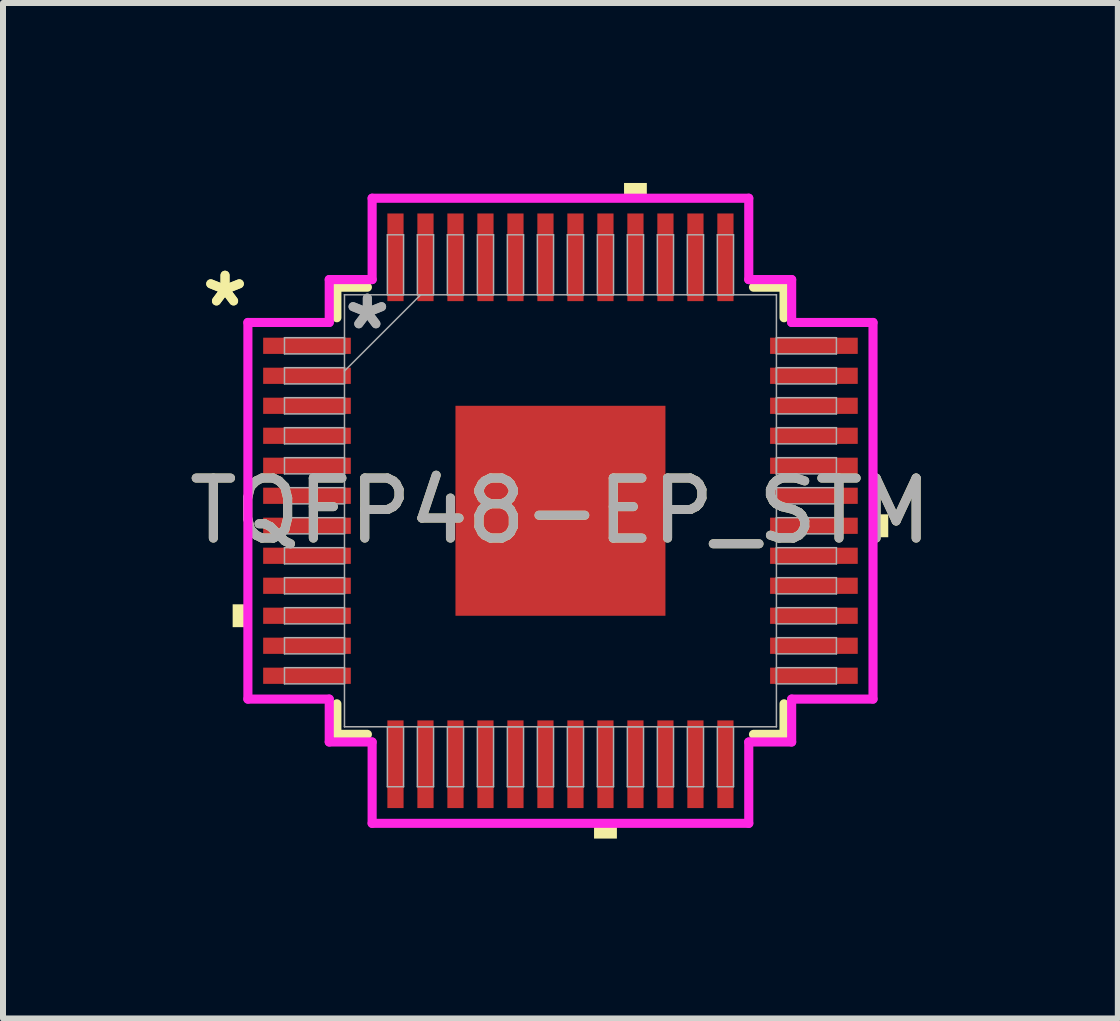
<source format=kicad_pcb>
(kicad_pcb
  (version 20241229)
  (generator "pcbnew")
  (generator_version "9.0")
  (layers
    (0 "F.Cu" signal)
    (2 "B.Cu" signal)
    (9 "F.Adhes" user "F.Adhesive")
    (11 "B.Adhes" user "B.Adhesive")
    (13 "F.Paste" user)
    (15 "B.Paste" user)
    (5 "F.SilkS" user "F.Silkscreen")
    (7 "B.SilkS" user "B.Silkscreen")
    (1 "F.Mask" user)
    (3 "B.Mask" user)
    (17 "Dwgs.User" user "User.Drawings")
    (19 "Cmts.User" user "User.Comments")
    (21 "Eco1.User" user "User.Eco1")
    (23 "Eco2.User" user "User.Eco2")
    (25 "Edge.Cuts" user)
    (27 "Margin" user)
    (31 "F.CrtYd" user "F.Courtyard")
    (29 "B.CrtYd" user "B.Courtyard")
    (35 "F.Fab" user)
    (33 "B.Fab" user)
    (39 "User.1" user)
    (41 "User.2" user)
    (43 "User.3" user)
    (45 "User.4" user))
  (footprint "TQFP48-EP_STM"
    (layer "F.Cu")
    (at 6.292 5.464)
    (property "Reference" "TQFP48-EP_STM" (at 0 0 0) (unlocked yes) (layer "F.SilkS") (effects (font (size 1 1) (thickness 0.15))))
    (attr smd)
    (fp_line (start -3.727 -3.727) (end -3.727 -3.218) (stroke (width 0.152) (type solid)) (layer "F.SilkS"))
    (fp_line (start -3.727 3.218) (end -3.727 3.727) (stroke (width 0.152) (type solid)) (layer "F.SilkS"))
    (fp_line (start -3.727 3.727) (end -3.218 3.727) (stroke (width 0.152) (type solid)) (layer "F.SilkS"))
    (fp_line (start -3.218 -3.727) (end -3.727 -3.727) (stroke (width 0.152) (type solid)) (layer "F.SilkS"))
    (fp_line (start 3.218 3.727) (end 3.727 3.727) (stroke (width 0.152) (type solid)) (layer "F.SilkS"))
    (fp_line (start 3.727 -3.727) (end 3.218 -3.727) (stroke (width 0.152) (type solid)) (layer "F.SilkS"))
    (fp_line (start 3.727 -3.218) (end 3.727 -3.727) (stroke (width 0.152) (type solid)) (layer "F.SilkS"))
    (fp_line (start 3.727 3.727) (end 3.727 3.218) (stroke (width 0.152) (type solid)) (layer "F.SilkS"))
    (fp_poly (pts (xy -5.464 1.559) (xy -5.464 1.94) (xy -5.21 1.94) (xy -5.21 1.559)) (stroke (width 0) (type solid)) (fill yes) (layer "F.SilkS"))
    (fp_poly (pts (xy 0.56 5.21) (xy 0.56 5.464) (xy 0.941 5.464) (xy 0.941 5.21)) (stroke (width 0) (type solid)) (fill yes) (layer "F.SilkS"))
    (fp_poly (pts (xy 1.06 -5.21) (xy 1.06 -5.464) (xy 1.44 -5.464) (xy 1.44 -5.21)) (stroke (width 0) (type solid)) (fill yes) (layer "F.SilkS"))
    (fp_poly (pts (xy 5.464 0.059) (xy 5.464 0.441) (xy 5.21 0.441) (xy 5.21 0.059)) (stroke (width 0) (type solid)) (fill yes) (layer "F.SilkS"))
    (fp_poly (pts (xy -1.65 -1.65) (xy -1.65 -0.1) (xy -0.1 -0.1) (xy -0.1 -1.65)) (stroke (width 0) (type solid)) (fill yes) (layer "F.Paste"))
    (fp_poly (pts (xy -1.65 0.1) (xy -1.65 1.65) (xy -0.1 1.65) (xy -0.1 0.1)) (stroke (width 0) (type solid)) (fill yes) (layer "F.Paste"))
    (fp_poly (pts (xy 0.1 -1.65) (xy 0.1 -0.1) (xy 1.65 -0.1) (xy 1.65 -1.65)) (stroke (width 0) (type solid)) (fill yes) (layer "F.Paste"))
    (fp_poly (pts (xy 0.1 0.1) (xy 0.1 1.65) (xy 1.65 1.65) (xy 1.65 0.1)) (stroke (width 0) (type solid)) (fill yes) (layer "F.Paste"))
    (fp_line (start -5.21 -3.139) (end -3.854 -3.139) (stroke (width 0.152) (type solid)) (layer "F.CrtYd"))
    (fp_line (start -5.21 3.139) (end -5.21 -3.139) (stroke (width 0.152) (type solid)) (layer "F.CrtYd"))
    (fp_line (start -3.854 -3.854) (end -3.139 -3.854) (stroke (width 0.152) (type solid)) (layer "F.CrtYd"))
    (fp_line (start -3.854 -3.139) (end -3.854 -3.854) (stroke (width 0.152) (type solid)) (layer "F.CrtYd"))
    (fp_line (start -3.854 3.139) (end -5.21 3.139) (stroke (width 0.152) (type solid)) (layer "F.CrtYd"))
    (fp_line (start -3.854 3.854) (end -3.854 3.139) (stroke (width 0.152) (type solid)) (layer "F.CrtYd"))
    (fp_line (start -3.854 3.854) (end -3.139 3.854) (stroke (width 0.152) (type solid)) (layer "F.CrtYd"))
    (fp_line (start -3.139 -5.21) (end 3.139 -5.21) (stroke (width 0.152) (type solid)) (layer "F.CrtYd"))
    (fp_line (start -3.139 -3.854) (end -3.139 -5.21) (stroke (width 0.152) (type solid)) (layer "F.CrtYd"))
    (fp_line (start -3.139 3.854) (end -3.139 5.21) (stroke (width 0.152) (type solid)) (layer "F.CrtYd"))
    (fp_line (start -3.139 5.21) (end 3.139 5.21) (stroke (width 0.152) (type solid)) (layer "F.CrtYd"))
    (fp_line (start 3.139 -5.21) (end 3.139 -3.854) (stroke (width 0.152) (type solid)) (layer "F.CrtYd"))
    (fp_line (start 3.139 -3.854) (end 3.854 -3.854) (stroke (width 0.152) (type solid)) (layer "F.CrtYd"))
    (fp_line (start 3.139 3.854) (end 3.854 3.854) (stroke (width 0.152) (type solid)) (layer "F.CrtYd"))
    (fp_line (start 3.139 5.21) (end 3.139 3.854) (stroke (width 0.152) (type solid)) (layer "F.CrtYd"))
    (fp_line (start 3.854 -3.139) (end 3.854 -3.854) (stroke (width 0.152) (type solid)) (layer "F.CrtYd"))
    (fp_line (start 3.854 3.139) (end 5.21 3.139) (stroke (width 0.152) (type solid)) (layer "F.CrtYd"))
    (fp_line (start 3.854 3.854) (end 3.854 3.139) (stroke (width 0.152) (type solid)) (layer "F.CrtYd"))
    (fp_line (start 5.21 -3.139) (end 3.854 -3.139) (stroke (width 0.152) (type solid)) (layer "F.CrtYd"))
    (fp_line (start 5.21 3.139) (end 5.21 -3.139) (stroke (width 0.152) (type solid)) (layer "F.CrtYd"))
    (fp_line (start -4.6 -2.885) (end -4.6 -2.615) (stroke (width 0.025) (type solid)) (layer "F.Fab"))
    (fp_line (start -4.6 -2.615) (end -3.6 -2.615) (stroke (width 0.025) (type solid)) (layer "F.Fab"))
    (fp_line (start -4.6 -2.385) (end -4.6 -2.115) (stroke (width 0.025) (type solid)) (layer "F.Fab"))
    (fp_line (start -4.6 -2.115) (end -3.6 -2.115) (stroke (width 0.025) (type solid)) (layer "F.Fab"))
    (fp_line (start -4.6 -1.885) (end -4.6 -1.615) (stroke (width 0.025) (type solid)) (layer "F.Fab"))
    (fp_line (start -4.6 -1.615) (end -3.6 -1.615) (stroke (width 0.025) (type solid)) (layer "F.Fab"))
    (fp_line (start -4.6 -1.385) (end -4.6 -1.115) (stroke (width 0.025) (type solid)) (layer "F.Fab"))
    (fp_line (start -4.6 -1.115) (end -3.6 -1.115) (stroke (width 0.025) (type solid)) (layer "F.Fab"))
    (fp_line (start -4.6 -0.885) (end -4.6 -0.615) (stroke (width 0.025) (type solid)) (layer "F.Fab"))
    (fp_line (start -4.6 -0.615) (end -3.6 -0.615) (stroke (width 0.025) (type solid)) (layer "F.Fab"))
    (fp_line (start -4.6 -0.385) (end -4.6 -0.115) (stroke (width 0.025) (type solid)) (layer "F.Fab"))
    (fp_line (start -4.6 -0.115) (end -3.6 -0.115) (stroke (width 0.025) (type solid)) (layer "F.Fab"))
    (fp_line (start -4.6 0.115) (end -4.6 0.385) (stroke (width 0.025) (type solid)) (layer "F.Fab"))
    (fp_line (start -4.6 0.385) (end -3.6 0.385) (stroke (width 0.025) (type solid)) (layer "F.Fab"))
    (fp_line (start -4.6 0.615) (end -4.6 0.885) (stroke (width 0.025) (type solid)) (layer "F.Fab"))
    (fp_line (start -4.6 0.885) (end -3.6 0.885) (stroke (width 0.025) (type solid)) (layer "F.Fab"))
    (fp_line (start -4.6 1.115) (end -4.6 1.385) (stroke (width 0.025) (type solid)) (layer "F.Fab"))
    (fp_line (start -4.6 1.385) (end -3.6 1.385) (stroke (width 0.025) (type solid)) (layer "F.Fab"))
    (fp_line (start -4.6 1.615) (end -4.6 1.885) (stroke (width 0.025) (type solid)) (layer "F.Fab"))
    (fp_line (start -4.6 1.885) (end -3.6 1.885) (stroke (width 0.025) (type solid)) (layer "F.Fab"))
    (fp_line (start -4.6 2.115) (end -4.6 2.385) (stroke (width 0.025) (type solid)) (layer "F.Fab"))
    (fp_line (start -4.6 2.385) (end -3.6 2.385) (stroke (width 0.025) (type solid)) (layer "F.Fab"))
    (fp_line (start -4.6 2.615) (end -4.6 2.885) (stroke (width 0.025) (type solid)) (layer "F.Fab"))
    (fp_line (start -4.6 2.885) (end -3.6 2.885) (stroke (width 0.025) (type solid)) (layer "F.Fab"))
    (fp_line (start -3.6 -3.6) (end -3.6 -3.6) (stroke (width 0.025) (type solid)) (layer "F.Fab"))
    (fp_line (start -3.6 -3.6) (end -3.6 3.6) (stroke (width 0.025) (type solid)) (layer "F.Fab"))
    (fp_line (start -3.6 -2.885) (end -4.6 -2.885) (stroke (width 0.025) (type solid)) (layer "F.Fab"))
    (fp_line (start -3.6 -2.615) (end -3.6 -2.885) (stroke (width 0.025) (type solid)) (layer "F.Fab"))
    (fp_line (start -3.6 -2.385) (end -4.6 -2.385) (stroke (width 0.025) (type solid)) (layer "F.Fab"))
    (fp_line (start -3.6 -2.33) (end -2.33 -3.6) (stroke (width 0.025) (type solid)) (layer "F.Fab"))
    (fp_line (start -3.6 -2.115) (end -3.6 -2.385) (stroke (width 0.025) (type solid)) (layer "F.Fab"))
    (fp_line (start -3.6 -1.885) (end -4.6 -1.885) (stroke (width 0.025) (type solid)) (layer "F.Fab"))
    (fp_line (start -3.6 -1.615) (end -3.6 -1.885) (stroke (width 0.025) (type solid)) (layer "F.Fab"))
    (fp_line (start -3.6 -1.385) (end -4.6 -1.385) (stroke (width 0.025) (type solid)) (layer "F.Fab"))
    (fp_line (start -3.6 -1.115) (end -3.6 -1.385) (stroke (width 0.025) (type solid)) (layer "F.Fab"))
    (fp_line (start -3.6 -0.885) (end -4.6 -0.885) (stroke (width 0.025) (type solid)) (layer "F.Fab"))
    (fp_line (start -3.6 -0.615) (end -3.6 -0.885) (stroke (width 0.025) (type solid)) (layer "F.Fab"))
    (fp_line (start -3.6 -0.385) (end -4.6 -0.385) (stroke (width 0.025) (type solid)) (layer "F.Fab"))
    (fp_line (start -3.6 -0.115) (end -3.6 -0.385) (stroke (width 0.025) (type solid)) (layer "F.Fab"))
    (fp_line (start -3.6 0.115) (end -4.6 0.115) (stroke (width 0.025) (type solid)) (layer "F.Fab"))
    (fp_line (start -3.6 0.385) (end -3.6 0.115) (stroke (width 0.025) (type solid)) (layer "F.Fab"))
    (fp_line (start -3.6 0.615) (end -4.6 0.615) (stroke (width 0.025) (type solid)) (layer "F.Fab"))
    (fp_line (start -3.6 0.885) (end -3.6 0.615) (stroke (width 0.025) (type solid)) (layer "F.Fab"))
    (fp_line (start -3.6 1.115) (end -4.6 1.115) (stroke (width 0.025) (type solid)) (layer "F.Fab"))
    (fp_line (start -3.6 1.385) (end -3.6 1.115) (stroke (width 0.025) (type solid)) (layer "F.Fab"))
    (fp_line (start -3.6 1.615) (end -4.6 1.615) (stroke (width 0.025) (type solid)) (layer "F.Fab"))
    (fp_line (start -3.6 1.885) (end -3.6 1.615) (stroke (width 0.025) (type solid)) (layer "F.Fab"))
    (fp_line (start -3.6 2.115) (end -4.6 2.115) (stroke (width 0.025) (type solid)) (layer "F.Fab"))
    (fp_line (start -3.6 2.385) (end -3.6 2.115) (stroke (width 0.025) (type solid)) (layer "F.Fab"))
    (fp_line (start -3.6 2.615) (end -4.6 2.615) (stroke (width 0.025) (type solid)) (layer "F.Fab"))
    (fp_line (start -3.6 2.885) (end -3.6 2.615) (stroke (width 0.025) (type solid)) (layer "F.Fab"))
    (fp_line (start -3.6 3.6) (end -3.6 3.6) (stroke (width 0.025) (type solid)) (layer "F.Fab"))
    (fp_line (start -3.6 3.6) (end 3.6 3.6) (stroke (width 0.025) (type solid)) (layer "F.Fab"))
    (fp_line (start -2.885 -4.6) (end -2.885 -3.6) (stroke (width 0.025) (type solid)) (layer "F.Fab"))
    (fp_line (start -2.885 -3.6) (end -2.615 -3.6) (stroke (width 0.025) (type solid)) (layer "F.Fab"))
    (fp_line (start -2.885 3.6) (end -2.885 4.6) (stroke (width 0.025) (type solid)) (layer "F.Fab"))
    (fp_line (start -2.885 4.6) (end -2.615 4.6) (stroke (width 0.025) (type solid)) (layer "F.Fab"))
    (fp_line (start -2.615 -4.6) (end -2.885 -4.6) (stroke (width 0.025) (type solid)) (layer "F.Fab"))
    (fp_line (start -2.615 -3.6) (end -2.615 -4.6) (stroke (width 0.025) (type solid)) (layer "F.Fab"))
    (fp_line (start -2.615 3.6) (end -2.885 3.6) (stroke (width 0.025) (type solid)) (layer "F.Fab"))
    (fp_line (start -2.615 4.6) (end -2.615 3.6) (stroke (width 0.025) (type solid)) (layer "F.Fab"))
    (fp_line (start -2.385 -4.6) (end -2.385 -3.6) (stroke (width 0.025) (type solid)) (layer "F.Fab"))
    (fp_line (start -2.385 -3.6) (end -2.115 -3.6) (stroke (width 0.025) (type solid)) (layer "F.Fab"))
    (fp_line (start -2.385 3.6) (end -2.385 4.6) (stroke (width 0.025) (type solid)) (layer "F.Fab"))
    (fp_line (start -2.385 4.6) (end -2.115 4.6) (stroke (width 0.025) (type solid)) (layer "F.Fab"))
    (fp_line (start -2.115 -4.6) (end -2.385 -4.6) (stroke (width 0.025) (type solid)) (layer "F.Fab"))
    (fp_line (start -2.115 -3.6) (end -2.115 -4.6) (stroke (width 0.025) (type solid)) (layer "F.Fab"))
    (fp_line (start -2.115 3.6) (end -2.385 3.6) (stroke (width 0.025) (type solid)) (layer "F.Fab"))
    (fp_line (start -2.115 4.6) (end -2.115 3.6) (stroke (width 0.025) (type solid)) (layer "F.Fab"))
    (fp_line (start -1.885 -4.6) (end -1.885 -3.6) (stroke (width 0.025) (type solid)) (layer "F.Fab"))
    (fp_line (start -1.885 -3.6) (end -1.615 -3.6) (stroke (width 0.025) (type solid)) (layer "F.Fab"))
    (fp_line (start -1.885 3.6) (end -1.885 4.6) (stroke (width 0.025) (type solid)) (layer "F.Fab"))
    (fp_line (start -1.885 4.6) (end -1.615 4.6) (stroke (width 0.025) (type solid)) (layer "F.Fab"))
    (fp_line (start -1.615 -4.6) (end -1.885 -4.6) (stroke (width 0.025) (type solid)) (layer "F.Fab"))
    (fp_line (start -1.615 -3.6) (end -1.615 -4.6) (stroke (width 0.025) (type solid)) (layer "F.Fab"))
    (fp_line (start -1.615 3.6) (end -1.885 3.6) (stroke (width 0.025) (type solid)) (layer "F.Fab"))
    (fp_line (start -1.615 4.6) (end -1.615 3.6) (stroke (width 0.025) (type solid)) (layer "F.Fab"))
    (fp_line (start -1.385 -4.6) (end -1.385 -3.6) (stroke (width 0.025) (type solid)) (layer "F.Fab"))
    (fp_line (start -1.385 -3.6) (end -1.115 -3.6) (stroke (width 0.025) (type solid)) (layer "F.Fab"))
    (fp_line (start -1.385 3.6) (end -1.385 4.6) (stroke (width 0.025) (type solid)) (layer "F.Fab"))
    (fp_line (start -1.385 4.6) (end -1.115 4.6) (stroke (width 0.025) (type solid)) (layer "F.Fab"))
    (fp_line (start -1.115 -4.6) (end -1.385 -4.6) (stroke (width 0.025) (type solid)) (layer "F.Fab"))
    (fp_line (start -1.115 -3.6) (end -1.115 -4.6) (stroke (width 0.025) (type solid)) (layer "F.Fab"))
    (fp_line (start -1.115 3.6) (end -1.385 3.6) (stroke (width 0.025) (type solid)) (layer "F.Fab"))
    (fp_line (start -1.115 4.6) (end -1.115 3.6) (stroke (width 0.025) (type solid)) (layer "F.Fab"))
    (fp_line (start -0.885 -4.6) (end -0.885 -3.6) (stroke (width 0.025) (type solid)) (layer "F.Fab"))
    (fp_line (start -0.885 -3.6) (end -0.615 -3.6) (stroke (width 0.025) (type solid)) (layer "F.Fab"))
    (fp_line (start -0.885 3.6) (end -0.885 4.6) (stroke (width 0.025) (type solid)) (layer "F.Fab"))
    (fp_line (start -0.885 4.6) (end -0.615 4.6) (stroke (width 0.025) (type solid)) (layer "F.Fab"))
    (fp_line (start -0.615 -4.6) (end -0.885 -4.6) (stroke (width 0.025) (type solid)) (layer "F.Fab"))
    (fp_line (start -0.615 -3.6) (end -0.615 -4.6) (stroke (width 0.025) (type solid)) (layer "F.Fab"))
    (fp_line (start -0.615 3.6) (end -0.885 3.6) (stroke (width 0.025) (type solid)) (layer "F.Fab"))
    (fp_line (start -0.615 4.6) (end -0.615 3.6) (stroke (width 0.025) (type solid)) (layer "F.Fab"))
    (fp_line (start -0.385 -4.6) (end -0.385 -3.6) (stroke (width 0.025) (type solid)) (layer "F.Fab"))
    (fp_line (start -0.385 -3.6) (end -0.115 -3.6) (stroke (width 0.025) (type solid)) (layer "F.Fab"))
    (fp_line (start -0.385 3.6) (end -0.385 4.6) (stroke (width 0.025) (type solid)) (layer "F.Fab"))
    (fp_line (start -0.385 4.6) (end -0.115 4.6) (stroke (width 0.025) (type solid)) (layer "F.Fab"))
    (fp_line (start -0.115 -4.6) (end -0.385 -4.6) (stroke (width 0.025) (type solid)) (layer "F.Fab"))
    (fp_line (start -0.115 -3.6) (end -0.115 -4.6) (stroke (width 0.025) (type solid)) (layer "F.Fab"))
    (fp_line (start -0.115 3.6) (end -0.385 3.6) (stroke (width 0.025) (type solid)) (layer "F.Fab"))
    (fp_line (start -0.115 4.6) (end -0.115 3.6) (stroke (width 0.025) (type solid)) (layer "F.Fab"))
    (fp_line (start 0.115 -4.6) (end 0.115 -3.6) (stroke (width 0.025) (type solid)) (layer "F.Fab"))
    (fp_line (start 0.115 -3.6) (end 0.385 -3.6) (stroke (width 0.025) (type solid)) (layer "F.Fab"))
    (fp_line (start 0.115 3.6) (end 0.115 4.6) (stroke (width 0.025) (type solid)) (layer "F.Fab"))
    (fp_line (start 0.115 4.6) (end 0.385 4.6) (stroke (width 0.025) (type solid)) (layer "F.Fab"))
    (fp_line (start 0.385 -4.6) (end 0.115 -4.6) (stroke (width 0.025) (type solid)) (layer "F.Fab"))
    (fp_line (start 0.385 -3.6) (end 0.385 -4.6) (stroke (width 0.025) (type solid)) (layer "F.Fab"))
    (fp_line (start 0.385 3.6) (end 0.115 3.6) (stroke (width 0.025) (type solid)) (layer "F.Fab"))
    (fp_line (start 0.385 4.6) (end 0.385 3.6) (stroke (width 0.025) (type solid)) (layer "F.Fab"))
    (fp_line (start 0.615 -4.6) (end 0.615 -3.6) (stroke (width 0.025) (type solid)) (layer "F.Fab"))
    (fp_line (start 0.615 -3.6) (end 0.885 -3.6) (stroke (width 0.025) (type solid)) (layer "F.Fab"))
    (fp_line (start 0.615 3.6) (end 0.615 4.6) (stroke (width 0.025) (type solid)) (layer "F.Fab"))
    (fp_line (start 0.615 4.6) (end 0.885 4.6) (stroke (width 0.025) (type solid)) (layer "F.Fab"))
    (fp_line (start 0.885 -4.6) (end 0.615 -4.6) (stroke (width 0.025) (type solid)) (layer "F.Fab"))
    (fp_line (start 0.885 -3.6) (end 0.885 -4.6) (stroke (width 0.025) (type solid)) (layer "F.Fab"))
    (fp_line (start 0.885 3.6) (end 0.615 3.6) (stroke (width 0.025) (type solid)) (layer "F.Fab"))
    (fp_line (start 0.885 4.6) (end 0.885 3.6) (stroke (width 0.025) (type solid)) (layer "F.Fab"))
    (fp_line (start 1.115 -4.6) (end 1.115 -3.6) (stroke (width 0.025) (type solid)) (layer "F.Fab"))
    (fp_line (start 1.115 -3.6) (end 1.385 -3.6) (stroke (width 0.025) (type solid)) (layer "F.Fab"))
    (fp_line (start 1.115 3.6) (end 1.115 4.6) (stroke (width 0.025) (type solid)) (layer "F.Fab"))
    (fp_line (start 1.115 4.6) (end 1.385 4.6) (stroke (width 0.025) (type solid)) (layer "F.Fab"))
    (fp_line (start 1.385 -4.6) (end 1.115 -4.6) (stroke (width 0.025) (type solid)) (layer "F.Fab"))
    (fp_line (start 1.385 -3.6) (end 1.385 -4.6) (stroke (width 0.025) (type solid)) (layer "F.Fab"))
    (fp_line (start 1.385 3.6) (end 1.115 3.6) (stroke (width 0.025) (type solid)) (layer "F.Fab"))
    (fp_line (start 1.385 4.6) (end 1.385 3.6) (stroke (width 0.025) (type solid)) (layer "F.Fab"))
    (fp_line (start 1.615 -4.6) (end 1.615 -3.6) (stroke (width 0.025) (type solid)) (layer "F.Fab"))
    (fp_line (start 1.615 -3.6) (end 1.885 -3.6) (stroke (width 0.025) (type solid)) (layer "F.Fab"))
    (fp_line (start 1.615 3.6) (end 1.615 4.6) (stroke (width 0.025) (type solid)) (layer "F.Fab"))
    (fp_line (start 1.615 4.6) (end 1.885 4.6) (stroke (width 0.025) (type solid)) (layer "F.Fab"))
    (fp_line (start 1.885 -4.6) (end 1.615 -4.6) (stroke (width 0.025) (type solid)) (layer "F.Fab"))
    (fp_line (start 1.885 -3.6) (end 1.885 -4.6) (stroke (width 0.025) (type solid)) (layer "F.Fab"))
    (fp_line (start 1.885 3.6) (end 1.615 3.6) (stroke (width 0.025) (type solid)) (layer "F.Fab"))
    (fp_line (start 1.885 4.6) (end 1.885 3.6) (stroke (width 0.025) (type solid)) (layer "F.Fab"))
    (fp_line (start 2.115 -4.6) (end 2.115 -3.6) (stroke (width 0.025) (type solid)) (layer "F.Fab"))
    (fp_line (start 2.115 -3.6) (end 2.385 -3.6) (stroke (width 0.025) (type solid)) (layer "F.Fab"))
    (fp_line (start 2.115 3.6) (end 2.115 4.6) (stroke (width 0.025) (type solid)) (layer "F.Fab"))
    (fp_line (start 2.115 4.6) (end 2.385 4.6) (stroke (width 0.025) (type solid)) (layer "F.Fab"))
    (fp_line (start 2.385 -4.6) (end 2.115 -4.6) (stroke (width 0.025) (type solid)) (layer "F.Fab"))
    (fp_line (start 2.385 -3.6) (end 2.385 -4.6) (stroke (width 0.025) (type solid)) (layer "F.Fab"))
    (fp_line (start 2.385 3.6) (end 2.115 3.6) (stroke (width 0.025) (type solid)) (layer "F.Fab"))
    (fp_line (start 2.385 4.6) (end 2.385 3.6) (stroke (width 0.025) (type solid)) (layer "F.Fab"))
    (fp_line (start 2.615 -4.6) (end 2.615 -3.6) (stroke (width 0.025) (type solid)) (layer "F.Fab"))
    (fp_line (start 2.615 -3.6) (end 2.885 -3.6) (stroke (width 0.025) (type solid)) (layer "F.Fab"))
    (fp_line (start 2.615 3.6) (end 2.615 4.6) (stroke (width 0.025) (type solid)) (layer "F.Fab"))
    (fp_line (start 2.615 4.6) (end 2.885 4.6) (stroke (width 0.025) (type solid)) (layer "F.Fab"))
    (fp_line (start 2.885 -4.6) (end 2.615 -4.6) (stroke (width 0.025) (type solid)) (layer "F.Fab"))
    (fp_line (start 2.885 -3.6) (end 2.885 -4.6) (stroke (width 0.025) (type solid)) (layer "F.Fab"))
    (fp_line (start 2.885 3.6) (end 2.615 3.6) (stroke (width 0.025) (type solid)) (layer "F.Fab"))
    (fp_line (start 2.885 4.6) (end 2.885 3.6) (stroke (width 0.025) (type solid)) (layer "F.Fab"))
    (fp_line (start 3.6 -3.6) (end -3.6 -3.6) (stroke (width 0.025) (type solid)) (layer "F.Fab"))
    (fp_line (start 3.6 -3.6) (end 3.6 -3.6) (stroke (width 0.025) (type solid)) (layer "F.Fab"))
    (fp_line (start 3.6 -2.885) (end 3.6 -2.615) (stroke (width 0.025) (type solid)) (layer "F.Fab"))
    (fp_line (start 3.6 -2.615) (end 4.6 -2.615) (stroke (width 0.025) (type solid)) (layer "F.Fab"))
    (fp_line (start 3.6 -2.385) (end 3.6 -2.115) (stroke (width 0.025) (type solid)) (layer "F.Fab"))
    (fp_line (start 3.6 -2.115) (end 4.6 -2.115) (stroke (width 0.025) (type solid)) (layer "F.Fab"))
    (fp_line (start 3.6 -1.885) (end 3.6 -1.615) (stroke (width 0.025) (type solid)) (layer "F.Fab"))
    (fp_line (start 3.6 -1.615) (end 4.6 -1.615) (stroke (width 0.025) (type solid)) (layer "F.Fab"))
    (fp_line (start 3.6 -1.385) (end 3.6 -1.115) (stroke (width 0.025) (type solid)) (layer "F.Fab"))
    (fp_line (start 3.6 -1.115) (end 4.6 -1.115) (stroke (width 0.025) (type solid)) (layer "F.Fab"))
    (fp_line (start 3.6 -0.885) (end 3.6 -0.615) (stroke (width 0.025) (type solid)) (layer "F.Fab"))
    (fp_line (start 3.6 -0.615) (end 4.6 -0.615) (stroke (width 0.025) (type solid)) (layer "F.Fab"))
    (fp_line (start 3.6 -0.385) (end 3.6 -0.115) (stroke (width 0.025) (type solid)) (layer "F.Fab"))
    (fp_line (start 3.6 -0.115) (end 4.6 -0.115) (stroke (width 0.025) (type solid)) (layer "F.Fab"))
    (fp_line (start 3.6 0.115) (end 3.6 0.385) (stroke (width 0.025) (type solid)) (layer "F.Fab"))
    (fp_line (start 3.6 0.385) (end 4.6 0.385) (stroke (width 0.025) (type solid)) (layer "F.Fab"))
    (fp_line (start 3.6 0.615) (end 3.6 0.885) (stroke (width 0.025) (type solid)) (layer "F.Fab"))
    (fp_line (start 3.6 0.885) (end 4.6 0.885) (stroke (width 0.025) (type solid)) (layer "F.Fab"))
    (fp_line (start 3.6 1.115) (end 3.6 1.385) (stroke (width 0.025) (type solid)) (layer "F.Fab"))
    (fp_line (start 3.6 1.385) (end 4.6 1.385) (stroke (width 0.025) (type solid)) (layer "F.Fab"))
    (fp_line (start 3.6 1.615) (end 3.6 1.885) (stroke (width 0.025) (type solid)) (layer "F.Fab"))
    (fp_line (start 3.6 1.885) (end 4.6 1.885) (stroke (width 0.025) (type solid)) (layer "F.Fab"))
    (fp_line (start 3.6 2.115) (end 3.6 2.385) (stroke (width 0.025) (type solid)) (layer "F.Fab"))
    (fp_line (start 3.6 2.385) (end 4.6 2.385) (stroke (width 0.025) (type solid)) (layer "F.Fab"))
    (fp_line (start 3.6 2.615) (end 3.6 2.885) (stroke (width 0.025) (type solid)) (layer "F.Fab"))
    (fp_line (start 3.6 2.885) (end 4.6 2.885) (stroke (width 0.025) (type solid)) (layer "F.Fab"))
    (fp_line (start 3.6 3.6) (end 3.6 -3.6) (stroke (width 0.025) (type solid)) (layer "F.Fab"))
    (fp_line (start 3.6 3.6) (end 3.6 3.6) (stroke (width 0.025) (type solid)) (layer "F.Fab"))
    (fp_line (start 4.6 -2.885) (end 3.6 -2.885) (stroke (width 0.025) (type solid)) (layer "F.Fab"))
    (fp_line (start 4.6 -2.615) (end 4.6 -2.885) (stroke (width 0.025) (type solid)) (layer "F.Fab"))
    (fp_line (start 4.6 -2.385) (end 3.6 -2.385) (stroke (width 0.025) (type solid)) (layer "F.Fab"))
    (fp_line (start 4.6 -2.115) (end 4.6 -2.385) (stroke (width 0.025) (type solid)) (layer "F.Fab"))
    (fp_line (start 4.6 -1.885) (end 3.6 -1.885) (stroke (width 0.025) (type solid)) (layer "F.Fab"))
    (fp_line (start 4.6 -1.615) (end 4.6 -1.885) (stroke (width 0.025) (type solid)) (layer "F.Fab"))
    (fp_line (start 4.6 -1.385) (end 3.6 -1.385) (stroke (width 0.025) (type solid)) (layer "F.Fab"))
    (fp_line (start 4.6 -1.115) (end 4.6 -1.385) (stroke (width 0.025) (type solid)) (layer "F.Fab"))
    (fp_line (start 4.6 -0.885) (end 3.6 -0.885) (stroke (width 0.025) (type solid)) (layer "F.Fab"))
    (fp_line (start 4.6 -0.615) (end 4.6 -0.885) (stroke (width 0.025) (type solid)) (layer "F.Fab"))
    (fp_line (start 4.6 -0.385) (end 3.6 -0.385) (stroke (width 0.025) (type solid)) (layer "F.Fab"))
    (fp_line (start 4.6 -0.115) (end 4.6 -0.385) (stroke (width 0.025) (type solid)) (layer "F.Fab"))
    (fp_line (start 4.6 0.115) (end 3.6 0.115) (stroke (width 0.025) (type solid)) (layer "F.Fab"))
    (fp_line (start 4.6 0.385) (end 4.6 0.115) (stroke (width 0.025) (type solid)) (layer "F.Fab"))
    (fp_line (start 4.6 0.615) (end 3.6 0.615) (stroke (width 0.025) (type solid)) (layer "F.Fab"))
    (fp_line (start 4.6 0.885) (end 4.6 0.615) (stroke (width 0.025) (type solid)) (layer "F.Fab"))
    (fp_line (start 4.6 1.115) (end 3.6 1.115) (stroke (width 0.025) (type solid)) (layer "F.Fab"))
    (fp_line (start 4.6 1.385) (end 4.6 1.115) (stroke (width 0.025) (type solid)) (layer "F.Fab"))
    (fp_line (start 4.6 1.615) (end 3.6 1.615) (stroke (width 0.025) (type solid)) (layer "F.Fab"))
    (fp_line (start 4.6 1.885) (end 4.6 1.615) (stroke (width 0.025) (type solid)) (layer "F.Fab"))
    (fp_line (start 4.6 2.115) (end 3.6 2.115) (stroke (width 0.025) (type solid)) (layer "F.Fab"))
    (fp_line (start 4.6 2.385) (end 4.6 2.115) (stroke (width 0.025) (type solid)) (layer "F.Fab"))
    (fp_line (start 4.6 2.615) (end 3.6 2.615) (stroke (width 0.025) (type solid)) (layer "F.Fab"))
    (fp_line (start 4.6 2.885) (end 4.6 2.615) (stroke (width 0.025) (type solid)) (layer "F.Fab"))
    (fp_text user "*" (at -5.591 -3.381 0) (unlocked yes) (layer "F.SilkS") (effects (font (size 1 1) (thickness 0.15))))
    (fp_text user "*" (at -5.591 -3.381 0) (layer "F.SilkS") (effects (font (size 1 1) (thickness 0.15))))
    (fp_text user "*" (at -3.219 -3 0) (unlocked yes) (layer "F.Fab") (effects (font (size 1 1) (thickness 0.15))))
    (fp_text user "${REFERENCE}" (at 0 0 0) (unlocked yes) (layer "F.Fab") (effects (font (size 1 1) (thickness 0.15))))
    (fp_text user "*" (at -3.219 -3 0) (layer "F.Fab") (effects (font (size 1 1) (thickness 0.15))))
    (pad "1" smd rect (at -4.225 -2.75 90) (size 0.27 1.461) (layers "F.Cu" "F.Mask" "F.Paste"))
    (pad "2" smd rect (at -4.225 -2.25 90) (size 0.27 1.461) (layers "F.Cu" "F.Mask" "F.Paste"))
    (pad "3" smd rect (at -4.225 -1.75 90) (size 0.27 1.461) (layers "F.Cu" "F.Mask" "F.Paste"))
    (pad "4" smd rect (at -4.225 -1.25 90) (size 0.27 1.461) (layers "F.Cu" "F.Mask" "F.Paste"))
    (pad "5" smd rect (at -4.225 -0.75 90) (size 0.27 1.461) (layers "F.Cu" "F.Mask" "F.Paste"))
    (pad "6" smd rect (at -4.225 -0.25 90) (size 0.27 1.461) (layers "F.Cu" "F.Mask" "F.Paste"))
    (pad "7" smd rect (at -4.225 0.25 90) (size 0.27 1.461) (layers "F.Cu" "F.Mask" "F.Paste"))
    (pad "8" smd rect (at -4.225 0.75 90) (size 0.27 1.461) (layers "F.Cu" "F.Mask" "F.Paste"))
    (pad "9" smd rect (at -4.225 1.25 90) (size 0.27 1.461) (layers "F.Cu" "F.Mask" "F.Paste"))
    (pad "10" smd rect (at -4.225 1.75 90) (size 0.27 1.461) (layers "F.Cu" "F.Mask" "F.Paste"))
    (pad "11" smd rect (at -4.225 2.25 90) (size 0.27 1.461) (layers "F.Cu" "F.Mask" "F.Paste"))
    (pad "12" smd rect (at -4.225 2.75 90) (size 0.27 1.461) (layers "F.Cu" "F.Mask" "F.Paste"))
    (pad "13" smd rect (at -2.75 4.225) (size 0.27 1.461) (layers "F.Cu" "F.Mask" "F.Paste"))
    (pad "14" smd rect (at -2.25 4.225) (size 0.27 1.461) (layers "F.Cu" "F.Mask" "F.Paste"))
    (pad "15" smd rect (at -1.75 4.225) (size 0.27 1.461) (layers "F.Cu" "F.Mask" "F.Paste"))
    (pad "16" smd rect (at -1.25 4.225) (size 0.27 1.461) (layers "F.Cu" "F.Mask" "F.Paste"))
    (pad "17" smd rect (at -0.75 4.225) (size 0.27 1.461) (layers "F.Cu" "F.Mask" "F.Paste"))
    (pad "18" smd rect (at -0.25 4.225) (size 0.27 1.461) (layers "F.Cu" "F.Mask" "F.Paste"))
    (pad "19" smd rect (at 0.25 4.225) (size 0.27 1.461) (layers "F.Cu" "F.Mask" "F.Paste"))
    (pad "20" smd rect (at 0.75 4.225) (size 0.27 1.461) (layers "F.Cu" "F.Mask" "F.Paste"))
    (pad "21" smd rect (at 1.25 4.225) (size 0.27 1.461) (layers "F.Cu" "F.Mask" "F.Paste"))
    (pad "22" smd rect (at 1.75 4.225) (size 0.27 1.461) (layers "F.Cu" "F.Mask" "F.Paste"))
    (pad "23" smd rect (at 2.25 4.225) (size 0.27 1.461) (layers "F.Cu" "F.Mask" "F.Paste"))
    (pad "24" smd rect (at 2.75 4.225) (size 0.27 1.461) (layers "F.Cu" "F.Mask" "F.Paste"))
    (pad "25" smd rect (at 4.225 2.75 90) (size 0.27 1.461) (layers "F.Cu" "F.Mask" "F.Paste"))
    (pad "26" smd rect (at 4.225 2.25 90) (size 0.27 1.461) (layers "F.Cu" "F.Mask" "F.Paste"))
    (pad "27" smd rect (at 4.225 1.75 90) (size 0.27 1.461) (layers "F.Cu" "F.Mask" "F.Paste"))
    (pad "28" smd rect (at 4.225 1.25 90) (size 0.27 1.461) (layers "F.Cu" "F.Mask" "F.Paste"))
    (pad "29" smd rect (at 4.225 0.75 90) (size 0.27 1.461) (layers "F.Cu" "F.Mask" "F.Paste"))
    (pad "30" smd rect (at 4.225 0.25 90) (size 0.27 1.461) (layers "F.Cu" "F.Mask" "F.Paste"))
    (pad "31" smd rect (at 4.225 -0.25 90) (size 0.27 1.461) (layers "F.Cu" "F.Mask" "F.Paste"))
    (pad "32" smd rect (at 4.225 -0.75 90) (size 0.27 1.461) (layers "F.Cu" "F.Mask" "F.Paste"))
    (pad "33" smd rect (at 4.225 -1.25 90) (size 0.27 1.461) (layers "F.Cu" "F.Mask" "F.Paste"))
    (pad "34" smd rect (at 4.225 -1.75 90) (size 0.27 1.461) (layers "F.Cu" "F.Mask" "F.Paste"))
    (pad "35" smd rect (at 4.225 -2.25 90) (size 0.27 1.461) (layers "F.Cu" "F.Mask" "F.Paste"))
    (pad "36" smd rect (at 4.225 -2.75 90) (size 0.27 1.461) (layers "F.Cu" "F.Mask" "F.Paste"))
    (pad "37" smd rect (at 2.75 -4.225) (size 0.27 1.461) (layers "F.Cu" "F.Mask" "F.Paste"))
    (pad "38" smd rect (at 2.25 -4.225) (size 0.27 1.461) (layers "F.Cu" "F.Mask" "F.Paste"))
    (pad "39" smd rect (at 1.75 -4.225) (size 0.27 1.461) (layers "F.Cu" "F.Mask" "F.Paste"))
    (pad "40" smd rect (at 1.25 -4.225) (size 0.27 1.461) (layers "F.Cu" "F.Mask" "F.Paste"))
    (pad "41" smd rect (at 0.75 -4.225) (size 0.27 1.461) (layers "F.Cu" "F.Mask" "F.Paste"))
    (pad "42" smd rect (at 0.25 -4.225) (size 0.27 1.461) (layers "F.Cu" "F.Mask" "F.Paste"))
    (pad "43" smd rect (at -0.25 -4.225) (size 0.27 1.461) (layers "F.Cu" "F.Mask" "F.Paste"))
    (pad "44" smd rect (at -0.75 -4.225) (size 0.27 1.461) (layers "F.Cu" "F.Mask" "F.Paste"))
    (pad "45" smd rect (at -1.25 -4.225) (size 0.27 1.461) (layers "F.Cu" "F.Mask" "F.Paste"))
    (pad "46" smd rect (at -1.75 -4.225) (size 0.27 1.461) (layers "F.Cu" "F.Mask" "F.Paste"))
    (pad "47" smd rect (at -2.25 -4.225) (size 0.27 1.461) (layers "F.Cu" "F.Mask" "F.Paste"))
    (pad "48" smd rect (at -2.75 -4.225) (size 0.27 1.461) (layers "F.Cu" "F.Mask" "F.Paste"))
    (pad "EPAD" smd rect (at 0 0) (size 3.5 3.5) (layers "F.Cu" "F.Mask")))
  (gr_rect
    (start -3 -3)
    (end 15.583 13.927)
    (stroke (width 0.1) (type default))
    (fill no)
    (layer "Edge.Cuts")))
</source>
